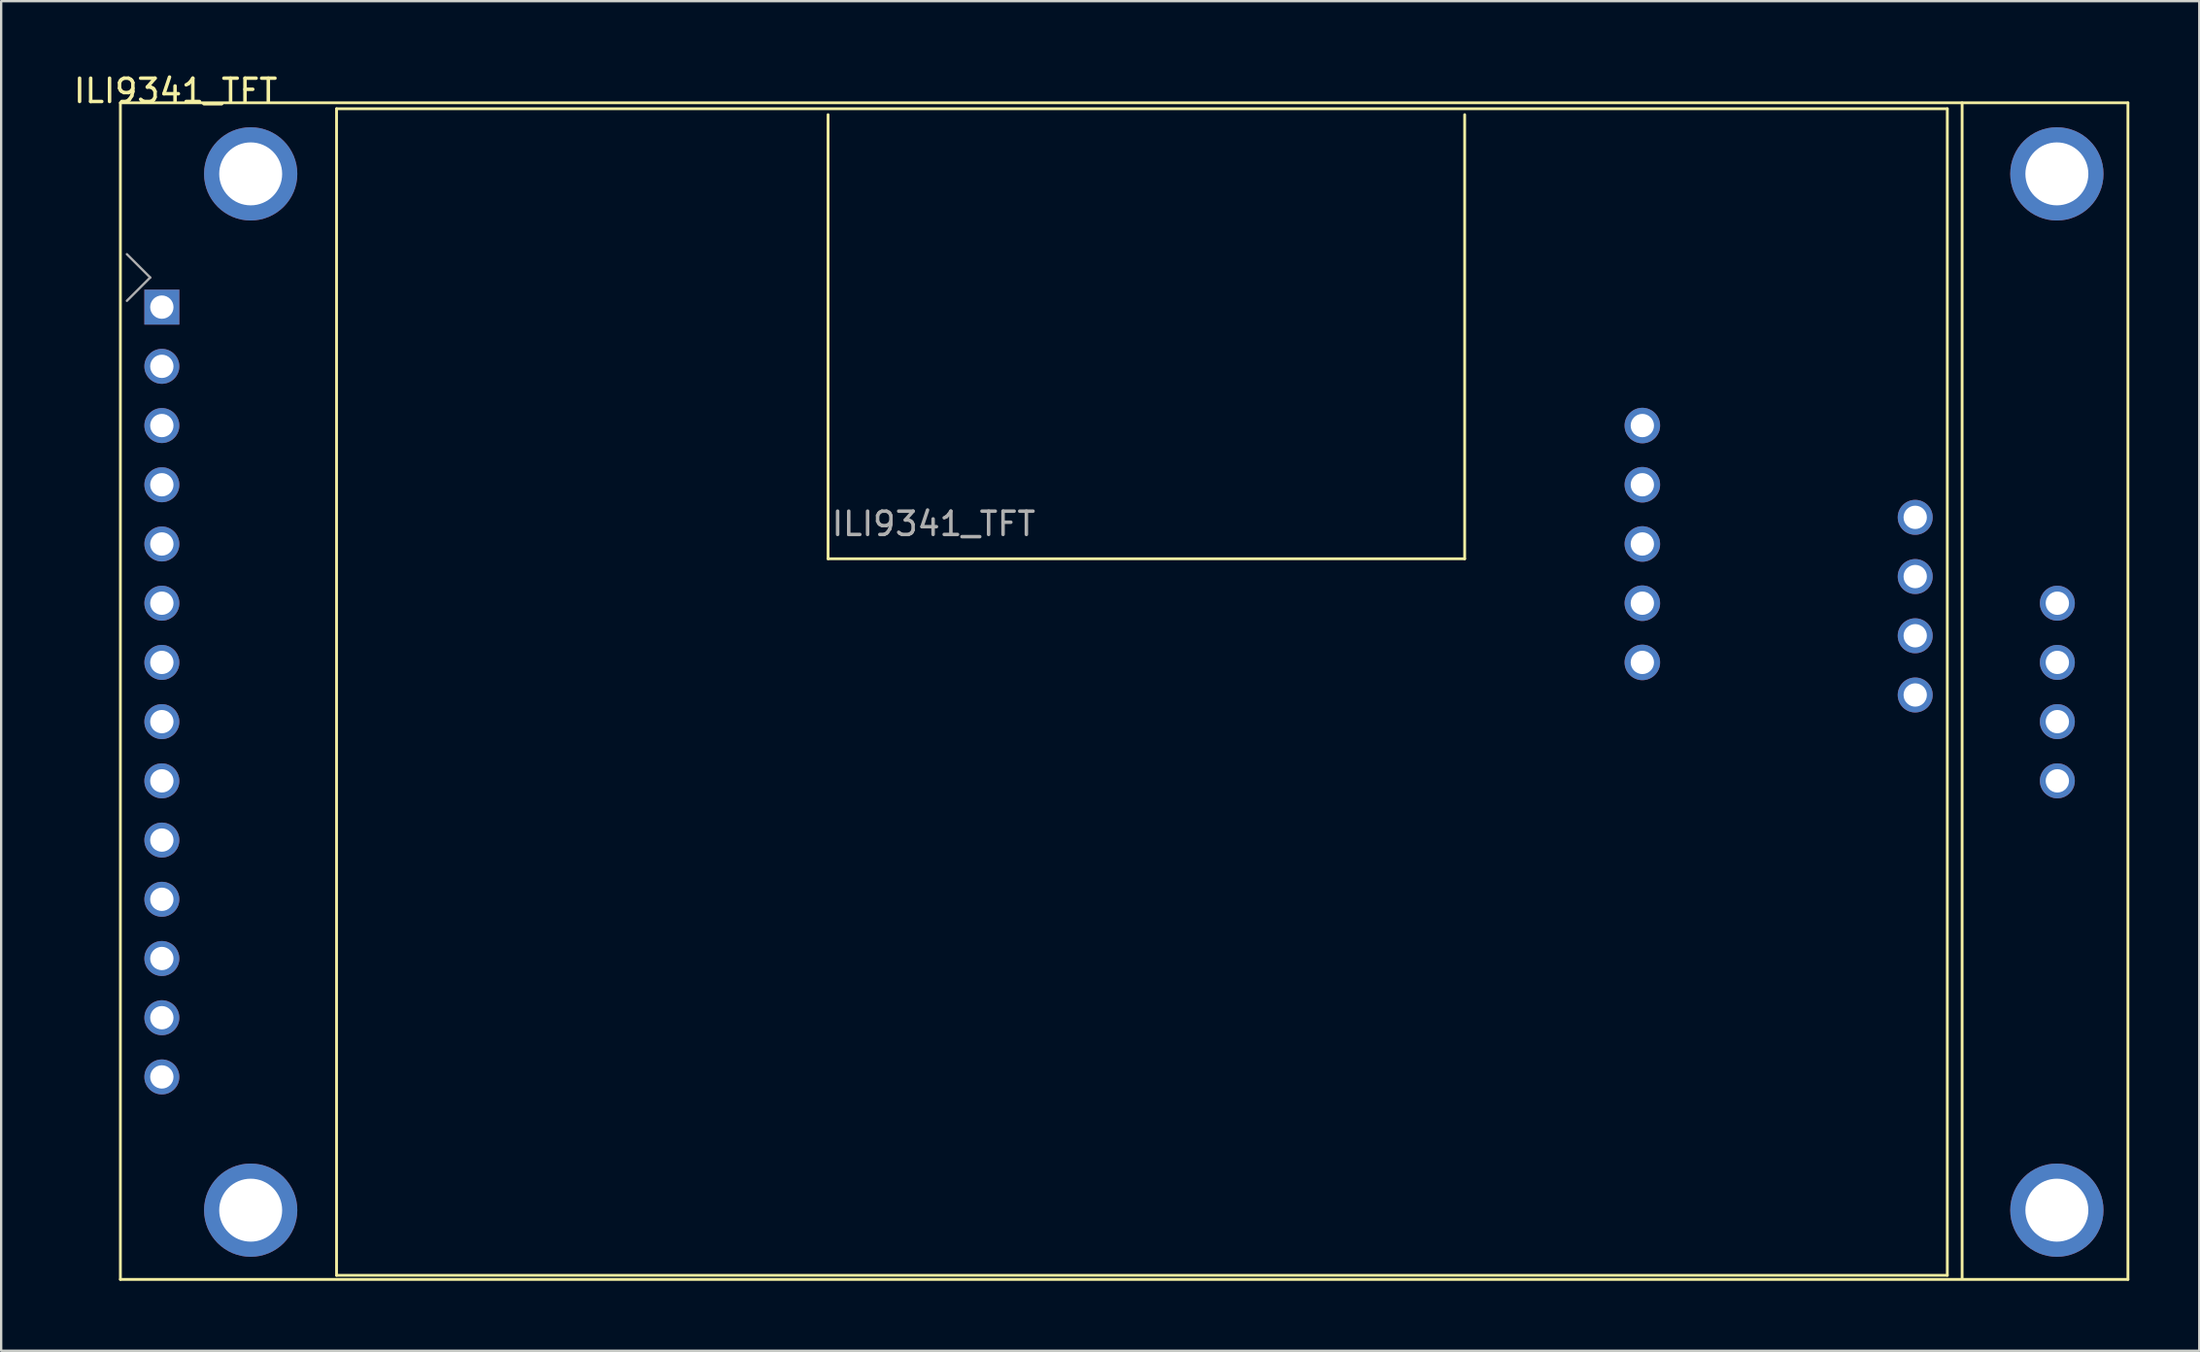
<source format=kicad_pcb>
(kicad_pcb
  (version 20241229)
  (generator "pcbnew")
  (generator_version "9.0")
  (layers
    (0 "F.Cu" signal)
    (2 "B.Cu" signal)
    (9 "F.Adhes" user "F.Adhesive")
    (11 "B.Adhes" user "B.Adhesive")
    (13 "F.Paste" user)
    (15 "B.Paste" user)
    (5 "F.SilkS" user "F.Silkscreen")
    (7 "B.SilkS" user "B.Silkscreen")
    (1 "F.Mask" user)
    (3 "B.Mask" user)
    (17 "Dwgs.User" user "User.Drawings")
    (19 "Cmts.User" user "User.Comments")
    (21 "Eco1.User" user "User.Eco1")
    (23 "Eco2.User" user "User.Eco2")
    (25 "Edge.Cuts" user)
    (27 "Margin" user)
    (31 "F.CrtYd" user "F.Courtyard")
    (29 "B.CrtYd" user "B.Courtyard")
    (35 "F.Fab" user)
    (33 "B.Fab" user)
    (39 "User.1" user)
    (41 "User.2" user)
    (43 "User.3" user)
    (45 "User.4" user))
  (footprint "ILI9341_TFT"
    (layer "F.Cu")
    (at 3.892 12.028)
    (property "Reference" "ILI9341_TFT" (at 0.59 -11.18 0) (layer "F.SilkS") (effects (font (size 1 1) (thickness 0.15))))
    (attr through_hole)
    (fp_line (start -1.778 -10.668) (end 84.328 -10.668) (stroke (width 0.12) (type solid)) (layer "F.SilkS"))
    (fp_line (start -1.778 39.8) (end -1.778 -10.668) (stroke (width 0.12) (type solid)) (layer "F.SilkS"))
    (fp_line (start -1.778 39.8) (end 84.328 39.8) (stroke (width 0.12) (type solid)) (layer "F.SilkS"))
    (fp_line (start 7.493 -10.414) (end 7.493 39.624) (stroke (width 0.12) (type solid)) (layer "F.SilkS"))
    (fp_line (start 7.493 -10.414) (end 76.581 -10.414) (stroke (width 0.12) (type solid)) (layer "F.SilkS"))
    (fp_line (start 7.493 39.624) (end 76.581 39.624) (stroke (width 0.12) (type solid)) (layer "F.SilkS"))
    (fp_line (start 28.575 8.89) (end 28.575 -10.16) (stroke (width 0.12) (type solid)) (layer "F.SilkS"))
    (fp_line (start 55.88 -10.16) (end 55.88 8.89) (stroke (width 0.12) (type solid)) (layer "F.SilkS"))
    (fp_line (start 55.88 8.89) (end 28.575 8.89) (stroke (width 0.12) (type solid)) (layer "F.SilkS"))
    (fp_line (start 76.581 39.624) (end 76.581 -10.414) (stroke (width 0.12) (type solid)) (layer "F.SilkS"))
    (fp_line (start 77.216 -10.668) (end 77.216 39.751) (stroke (width 0.12) (type solid)) (layer "F.SilkS"))
    (fp_line (start 84.328 -10.668) (end 84.328 39.8) (stroke (width 0.12) (type solid)) (layer "F.SilkS"))
    (fp_line (start -1.5 -2.175) (end -0.5 -3.175) (stroke (width 0.1) (type solid)) (layer "F.Fab"))
    (fp_line (start -0.5 -3.175) (end -1.5 -4.175) (stroke (width 0.1) (type solid)) (layer "F.Fab"))
    (fp_text user "${REFERENCE}" (at 33.104 7.391 0) (layer "F.Fab") (effects (font (size 1 1) (thickness 0.15))))
    (pad "" thru_hole circle (at 3.81 -7.62) (size 4 4) (drill 2.7) (layers "*.Cu" "*.Mask"))
    (pad "" thru_hole circle (at 3.81 36.83) (size 4 4) (drill 2.7) (layers "*.Cu" "*.Mask"))
    (pad "" thru_hole circle (at 81.28 -7.62) (size 4 4) (drill 2.7) (layers "*.Cu" "*.Mask"))
    (pad "" thru_hole circle (at 81.28 36.83) (size 4 4) (drill 2.7) (layers "*.Cu" "*.Mask"))
    (pad "1" thru_hole rect (at 0 -1.905) (size 1.5 1.5) (drill 1) (layers "*.Cu" "*.Mask"))
    (pad "2" thru_hole circle (at 0 0.635) (size 1.5 1.5) (drill 1) (layers "*.Cu" "*.Mask"))
    (pad "3" thru_hole circle (at 0 3.175) (size 1.5 1.5) (drill 1) (layers "*.Cu" "*.Mask"))
    (pad "4" thru_hole circle (at 0 5.715) (size 1.5 1.5) (drill 1) (layers "*.Cu" "*.Mask"))
    (pad "5" thru_hole circle (at 0 8.255) (size 1.5 1.5) (drill 1) (layers "*.Cu" "*.Mask"))
    (pad "6" thru_hole circle (at 0 10.795) (size 1.5 1.5) (drill 1) (layers "*.Cu" "*.Mask"))
    (pad "7" thru_hole circle (at 0 13.335) (size 1.5 1.5) (drill 1) (layers "*.Cu" "*.Mask"))
    (pad "8" thru_hole circle (at 0 15.875) (size 1.5 1.5) (drill 1) (layers "*.Cu" "*.Mask"))
    (pad "9" thru_hole circle (at 0 18.415) (size 1.5 1.5) (drill 1) (layers "*.Cu" "*.Mask"))
    (pad "10" thru_hole circle (at 0 20.955) (size 1.5 1.5) (drill 1) (layers "*.Cu" "*.Mask"))
    (pad "11" thru_hole circle (at 0 23.495) (size 1.5 1.5) (drill 1) (layers "*.Cu" "*.Mask"))
    (pad "12" thru_hole circle (at 0 26.035) (size 1.5 1.5) (drill 1) (layers "*.Cu" "*.Mask"))
    (pad "13" thru_hole circle (at 0 28.575) (size 1.5 1.5) (drill 1) (layers "*.Cu" "*.Mask"))
    (pad "14" thru_hole circle (at 0 31.115) (size 1.5 1.5) (drill 1) (layers "*.Cu" "*.Mask"))
    (pad "15" thru_hole circle (at 63.5 3.175) (size 1.524 1.524) (drill 1) (layers "*.Cu" "*.Mask"))
    (pad "15" thru_hole circle (at 75.204 7.112) (size 1.5 1.5) (drill 1) (layers "*.Cu" "*.Mask"))
    (pad "15" thru_hole circle (at 81.3 10.795) (size 1.5 1.5) (drill 1) (layers "*.Cu" "*.Mask"))
    (pad "16" thru_hole circle (at 63.5 5.715) (size 1.524 1.524) (drill 1) (layers "*.Cu" "*.Mask"))
    (pad "16" thru_hole circle (at 75.204 9.652) (size 1.5 1.5) (drill 1) (layers "*.Cu" "*.Mask"))
    (pad "16" thru_hole circle (at 81.3 13.335) (size 1.5 1.5) (drill 1) (layers "*.Cu" "*.Mask"))
    (pad "17" thru_hole circle (at 63.5 8.255) (size 1.524 1.524) (drill 1) (layers "*.Cu" "*.Mask"))
    (pad "17" thru_hole circle (at 75.204 12.192) (size 1.5 1.5) (drill 1) (layers "*.Cu" "*.Mask"))
    (pad "17" thru_hole circle (at 81.3 15.875) (size 1.5 1.5) (drill 1) (layers "*.Cu" "*.Mask"))
    (pad "18" thru_hole circle (at 63.5 10.795) (size 1.524 1.524) (drill 1) (layers "*.Cu" "*.Mask"))
    (pad "18" thru_hole circle (at 75.204 14.732) (size 1.5 1.5) (drill 1) (layers "*.Cu" "*.Mask"))
    (pad "18" thru_hole circle (at 81.3 18.415) (size 1.5 1.5) (drill 1) (layers "*.Cu" "*.Mask"))
    (pad "19" thru_hole circle (at 63.5 13.335) (size 1.524 1.524) (drill 1) (layers "*.Cu" "*.Mask")))
  (gr_rect
    (start -3 -3)
    (end 91.28 54.888)
    (stroke (width 0.1) (type default))
    (fill no)
    (layer "Edge.Cuts")))
</source>
